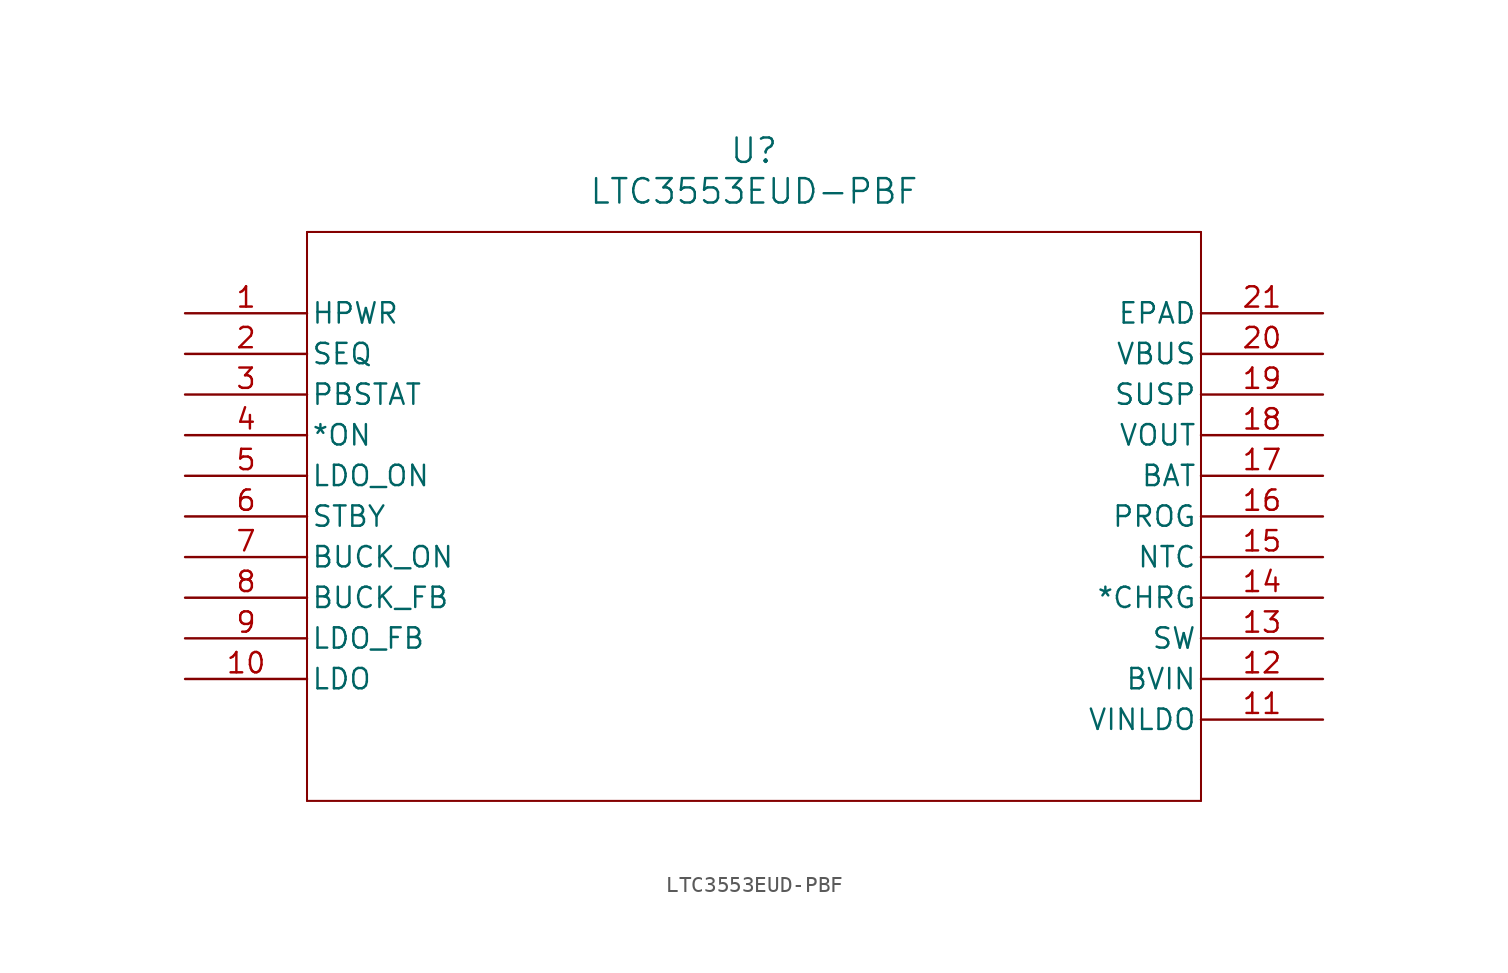
<source format=kicad_sym>
(kicad_symbol_lib
  (version 20211014)
  (generator kicad_symbol_editor)
  (symbol "LTC3553EUD-PBF"
    (pin_names
      (offset 0.254))
    (property "Reference" "U"
      (at 35.56 10.16 0)
      (effects (font (size 1.524 1.524))))
    (property "Value" "LTC3553EUD-PBF"
      (at 35.56 7.62 0)
      (effects (font (size 1.524 1.524))))
    (symbol "LTC3553EUD-PBF_0_1"
      (polyline (pts (xy 7.62 5.08) (xy 7.62 -30.48)) (stroke (width 0.127) (type default) (color 0 0 0 0)) (fill (type none)))
      (polyline (pts (xy 7.62 -30.48) (xy 63.5 -30.48)) (stroke (width 0.127) (type default) (color 0 0 0 0)) (fill (type none)))
      (polyline (pts (xy 63.5 -30.48) (xy 63.5 5.08)) (stroke (width 0.127) (type default) (color 0 0 0 0)) (fill (type none)))
      (polyline (pts (xy 63.5 5.08) (xy 7.62 5.08)) (stroke (width 0.127) (type default) (color 0 0 0 0)) (fill (type none)))
      (pin input line (at 0 0 0) (length 7.62) (name "HPWR" (effects (font (size 1.27 1.27)))) (number "1" (effects (font (size 1.27 1.27)))))
      (pin unspecified line (at 0 -2.54 0) (length 7.62) (name "SEQ" (effects (font (size 1.27 1.27)))) (number "2" (effects (font (size 1.27 1.27)))))
      (pin output line (at 0 -5.08 0) (length 7.62) (name "PBSTAT" (effects (font (size 1.27 1.27)))) (number "3" (effects (font (size 1.27 1.27)))))
      (pin input line (at 0 -7.62 0) (length 7.62) (name "*ON" (effects (font (size 1.27 1.27)))) (number "4" (effects (font (size 1.27 1.27)))))
      (pin input line (at 0 -10.16 0) (length 7.62) (name "LDO_ON" (effects (font (size 1.27 1.27)))) (number "5" (effects (font (size 1.27 1.27)))))
      (pin unspecified line (at 0 -12.7 0) (length 7.62) (name "STBY" (effects (font (size 1.27 1.27)))) (number "6" (effects (font (size 1.27 1.27)))))
      (pin input line (at 0 -15.24 0) (length 7.62) (name "BUCK_ON" (effects (font (size 1.27 1.27)))) (number "7" (effects (font (size 1.27 1.27)))))
      (pin input line (at 0 -17.78 0) (length 7.62) (name "BUCK_FB" (effects (font (size 1.27 1.27)))) (number "8" (effects (font (size 1.27 1.27)))))
      (pin input line (at 0 -20.32 0) (length 7.62) (name "LDO_FB" (effects (font (size 1.27 1.27)))) (number "9" (effects (font (size 1.27 1.27)))))
      (pin output line (at 0 -22.86 0) (length 7.62) (name "LDO" (effects (font (size 1.27 1.27)))) (number "10" (effects (font (size 1.27 1.27)))))
      (pin input line (at 71.12 -25.4 180) (length 7.62) (name "VINLDO" (effects (font (size 1.27 1.27)))) (number "11" (effects (font (size 1.27 1.27)))))
      (pin input line (at 71.12 -22.86 180) (length 7.62) (name "BVIN" (effects (font (size 1.27 1.27)))) (number "12" (effects (font (size 1.27 1.27)))))
      (pin unspecified line (at 71.12 -20.32 180) (length 7.62) (name "SW" (effects (font (size 1.27 1.27)))) (number "13" (effects (font (size 1.27 1.27)))))
      (pin output line (at 71.12 -17.78 180) (length 7.62) (name "*CHRG" (effects (font (size 1.27 1.27)))) (number "14" (effects (font (size 1.27 1.27)))))
      (pin unspecified line (at 71.12 -15.24 180) (length 7.62) (name "NTC" (effects (font (size 1.27 1.27)))) (number "15" (effects (font (size 1.27 1.27)))))
      (pin unspecified line (at 71.12 -12.7 180) (length 7.62) (name "PROG" (effects (font (size 1.27 1.27)))) (number "16" (effects (font (size 1.27 1.27)))))
      (pin unspecified line (at 71.12 -10.16 180) (length 7.62) (name "BAT" (effects (font (size 1.27 1.27)))) (number "17" (effects (font (size 1.27 1.27)))))
      (pin output line (at 71.12 -7.62 180) (length 7.62) (name "VOUT" (effects (font (size 1.27 1.27)))) (number "18" (effects (font (size 1.27 1.27)))))
      (pin input line (at 71.12 -5.08 180) (length 7.62) (name "SUSP" (effects (font (size 1.27 1.27)))) (number "19" (effects (font (size 1.27 1.27)))))
      (pin input line (at 71.12 -2.54 180) (length 7.62) (name "VBUS" (effects (font (size 1.27 1.27)))) (number "20" (effects (font (size 1.27 1.27)))))
      (pin unspecified line (at 71.12 0 180) (length 7.62) (name "EPAD" (effects (font (size 1.27 1.27)))) (number "21" (effects (font (size 1.27 1.27))))))))
</source>
